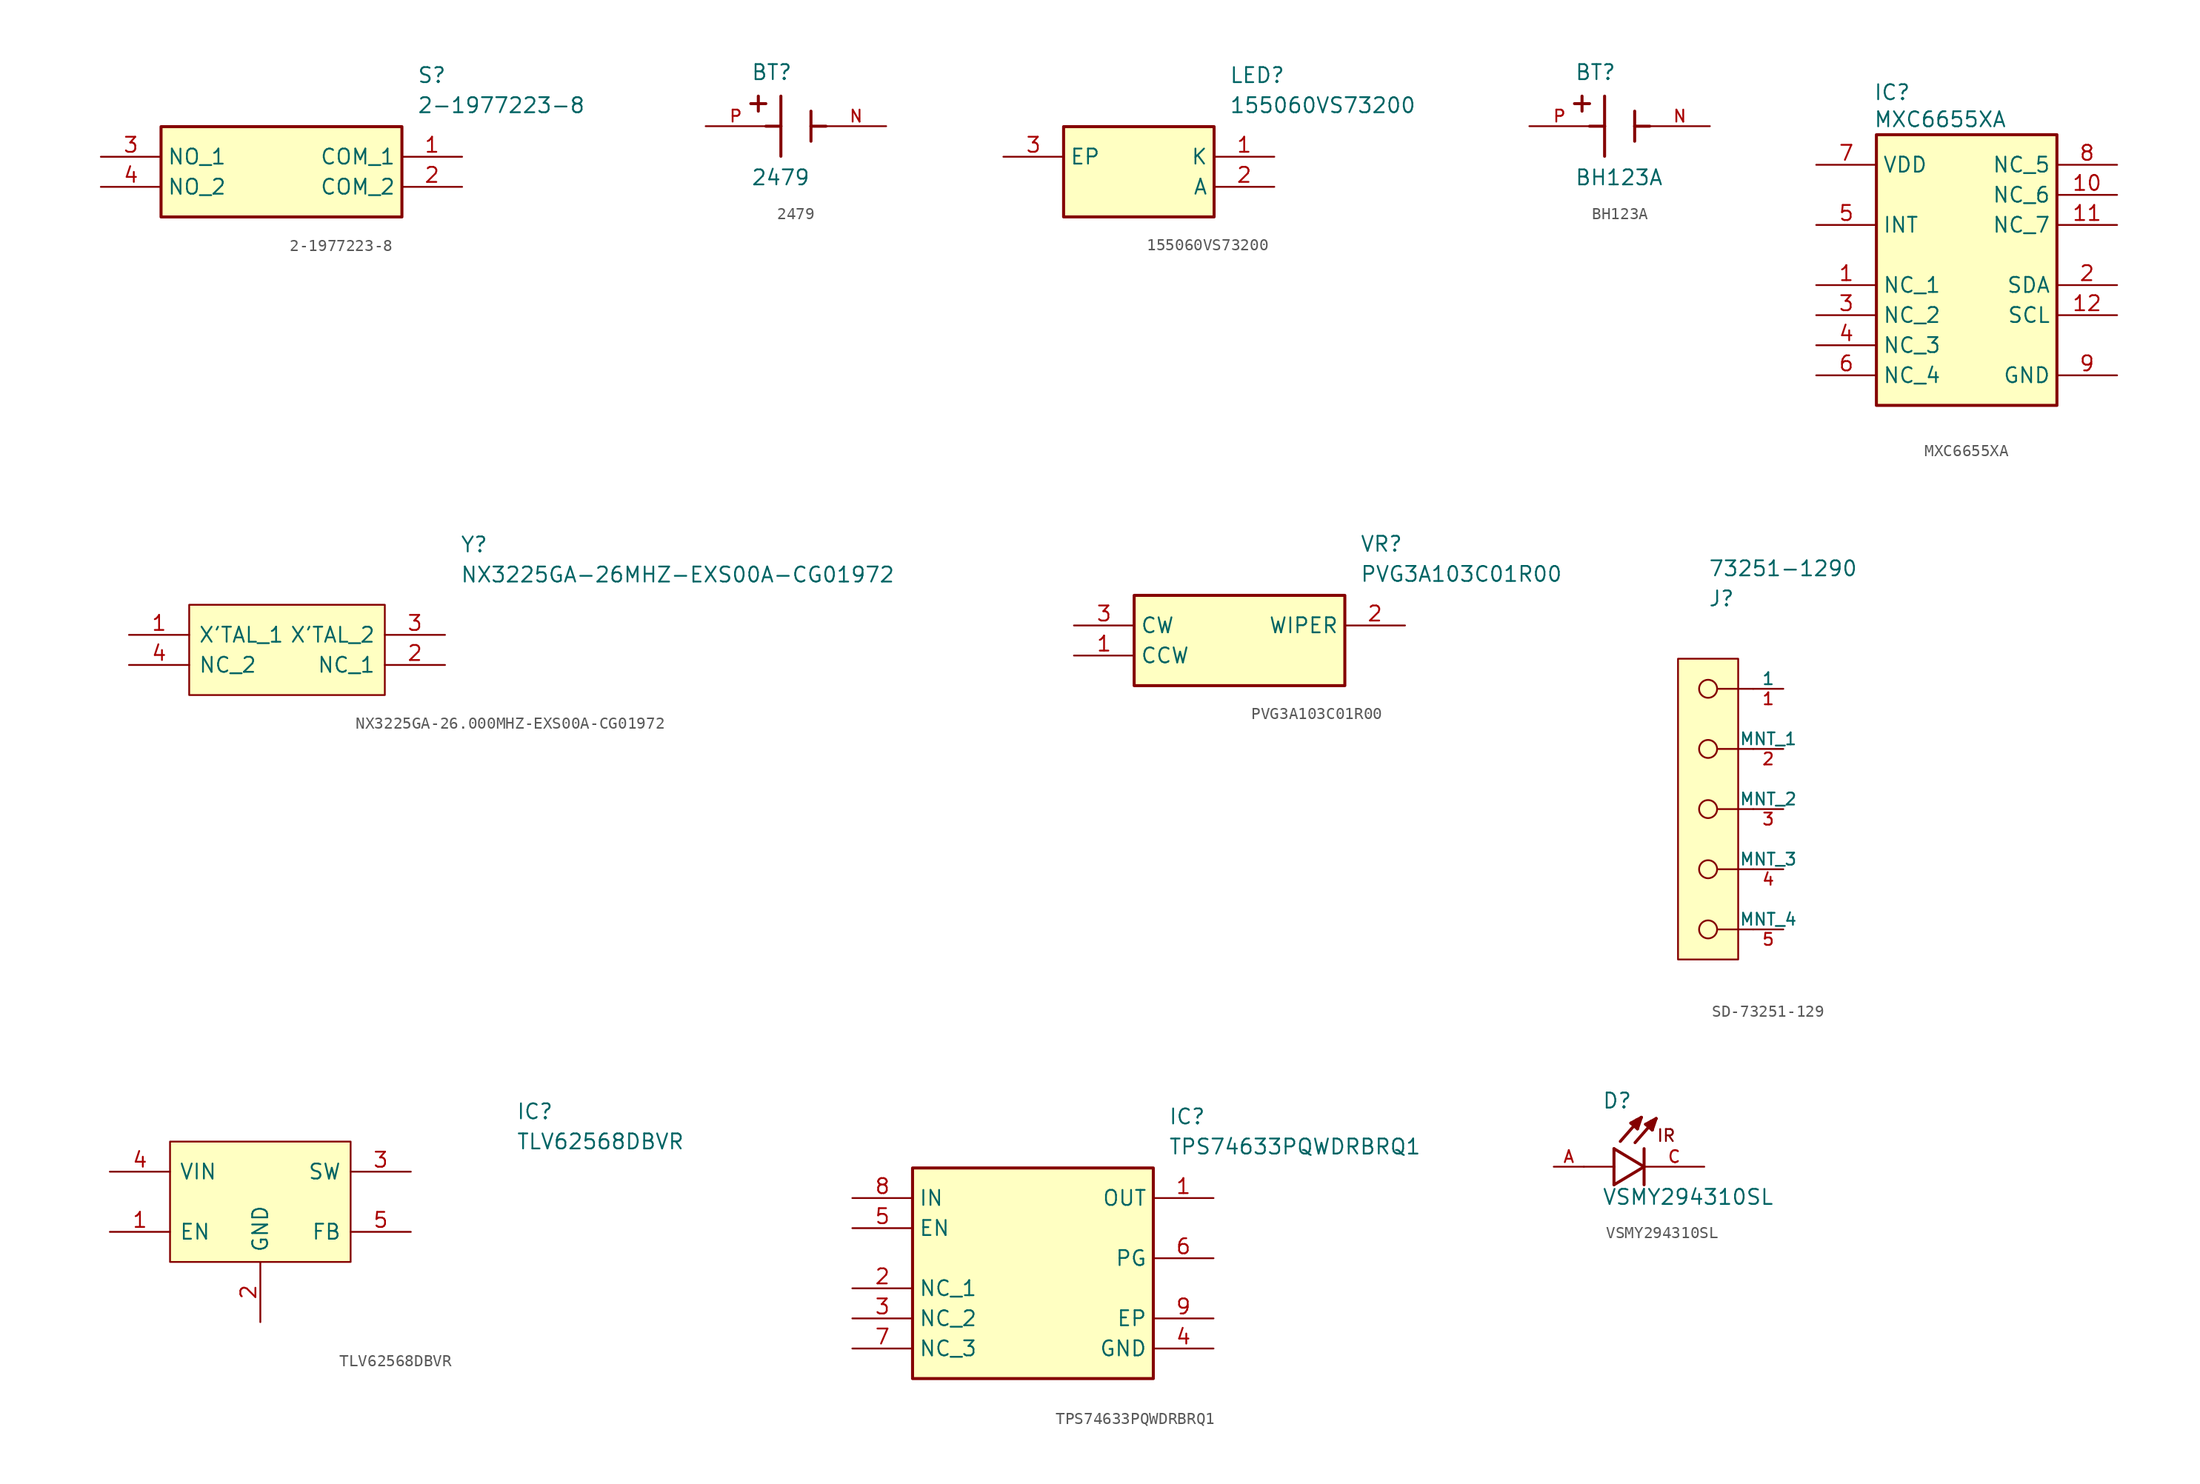
<source format=kicad_sym>
(kicad_symbol_lib
  (version 20241209)
  (generator "kicad_symbol_editor")
  (generator_version "9.0")
  (symbol "2-1977223-8"
    (property "Reference" "S"
      (at 26.67 7.62 0)
      (effects (font (size 1.27 1.27)) (justify left top)))
    (property "Value" "2-1977223-8"
      (at 26.67 5.08 0)
      (effects (font (size 1.27 1.27)) (justify left top)))
    (symbol "2-1977223-8_1_1"
      (rectangle (start 5.08 2.54) (end 25.4 -5.08) (stroke (width 0.254) (type default)) (fill (type background)))
      (pin passive line (at 0 0 0) (length 5.08) (name "NO_1" (effects (font (size 1.27 1.27)))) (number "3" (effects (font (size 1.27 1.27)))))
      (pin passive line (at 0 -2.54 0) (length 5.08) (name "NO_2" (effects (font (size 1.27 1.27)))) (number "4" (effects (font (size 1.27 1.27)))))
      (pin passive line (at 30.48 0 180) (length 5.08) (name "COM_1" (effects (font (size 1.27 1.27)))) (number "1" (effects (font (size 1.27 1.27)))))
      (pin passive line (at 30.48 -2.54 180) (length 5.08) (name "COM_2" (effects (font (size 1.27 1.27)))) (number "2" (effects (font (size 1.27 1.27)))))))
  (symbol "2479"
    (pin_names
      (offset 1.016))
    (property "Reference" "BT"
      (at -3.81 3.81 0)
      (effects (font (size 1.27 1.27)) (justify left bottom)))
    (property "Value" "2479"
      (at -3.81 -5.08 0)
      (effects (font (size 1.27 1.27)) (justify left bottom)))
    (symbol "2479_0_0"
      (polyline (pts (xy -3.81 1.905) (xy -2.54 1.905)) (stroke (width 0.254) (type default)) (fill (type none)))
      (polyline (pts (xy -3.175 2.54) (xy -3.175 1.27)) (stroke (width 0.254) (type default)) (fill (type none)))
      (polyline (pts (xy -1.27 2.54) (xy -1.27 0)) (stroke (width 0.254) (type default)) (fill (type none)))
      (polyline (pts (xy -1.27 0) (xy -2.54 0)) (stroke (width 0.254) (type default)) (fill (type none)))
      (polyline (pts (xy -1.27 0) (xy -1.27 -2.54)) (stroke (width 0.254) (type default)) (fill (type none)))
      (polyline (pts (xy 1.27 1.27) (xy 1.27 0)) (stroke (width 0.254) (type default)) (fill (type none)))
      (polyline (pts (xy 1.27 0) (xy 1.27 -1.27)) (stroke (width 0.254) (type default)) (fill (type none)))
      (polyline (pts (xy 1.27 0) (xy 2.54 0)) (stroke (width 0.254) (type default)) (fill (type none)))
      (pin passive line (at -7.62 0 0) (length 5.08) (name "~" (effects (font (size 1.016 1.016)))) (number "P" (effects (font (size 1.016 1.016)))))
      (pin passive line (at 7.62 0 180) (length 5.08) (name "~" (effects (font (size 1.016 1.016)))) (number "N" (effects (font (size 1.016 1.016)))))))
  (symbol "155060VS73200"
    (property "Reference" "LED"
      (at 19.05 7.62 0)
      (effects (font (size 1.27 1.27)) (justify left top)))
    (property "Value" "155060VS73200"
      (at 19.05 5.08 0)
      (effects (font (size 1.27 1.27)) (justify left top)))
    (symbol "155060VS73200_1_1"
      (rectangle (start 5.08 2.54) (end 17.78 -5.08) (stroke (width 0.254) (type default)) (fill (type background)))
      (pin passive line (at 0 0 0) (length 5.08) (name "EP" (effects (font (size 1.27 1.27)))) (number "3" (effects (font (size 1.27 1.27)))))
      (pin passive line (at 22.86 0 180) (length 5.08) (name "K" (effects (font (size 1.27 1.27)))) (number "1" (effects (font (size 1.27 1.27)))))
      (pin passive line (at 22.86 -2.54 180) (length 5.08) (name "A" (effects (font (size 1.27 1.27)))) (number "2" (effects (font (size 1.27 1.27)))))))
  (symbol "BH123A"
    (pin_names
      (offset 1.016))
    (property "Reference" "BT"
      (at -3.81 3.81 0)
      (effects (font (size 1.27 1.27)) (justify left bottom)))
    (property "Value" "BH123A"
      (at -3.81 -5.08 0)
      (effects (font (size 1.27 1.27)) (justify left bottom)))
    (symbol "BH123A_0_0"
      (polyline (pts (xy -3.81 1.905) (xy -2.54 1.905)) (stroke (width 0.254) (type default)) (fill (type none)))
      (polyline (pts (xy -3.175 2.54) (xy -3.175 1.27)) (stroke (width 0.254) (type default)) (fill (type none)))
      (polyline (pts (xy -1.27 2.54) (xy -1.27 0)) (stroke (width 0.254) (type default)) (fill (type none)))
      (polyline (pts (xy -1.27 0) (xy -2.54 0)) (stroke (width 0.254) (type default)) (fill (type none)))
      (polyline (pts (xy -1.27 0) (xy -1.27 -2.54)) (stroke (width 0.254) (type default)) (fill (type none)))
      (polyline (pts (xy 1.27 1.27) (xy 1.27 0)) (stroke (width 0.254) (type default)) (fill (type none)))
      (polyline (pts (xy 1.27 0) (xy 1.27 -1.27)) (stroke (width 0.254) (type default)) (fill (type none)))
      (polyline (pts (xy 1.27 0) (xy 2.54 0)) (stroke (width 0.254) (type default)) (fill (type none)))
      (pin passive line (at -7.62 0 0) (length 5.08) (name "~" (effects (font (size 1.016 1.016)))) (number "P" (effects (font (size 1.016 1.016)))))
      (pin passive line (at 7.62 0 180) (length 5.08) (name "~" (effects (font (size 1.016 1.016)))) (number "N" (effects (font (size 1.016 1.016)))))))
  (symbol "MXC6655XA"
    (property "Reference" "IC"
      (at 4.826 14.478 0)
      (effects (font (size 1.27 1.27)) (justify left top)))
    (property "Value" "MXC6655XA"
      (at 4.826 12.192 0)
      (effects (font (size 1.27 1.27)) (justify left top)))
    (symbol "MXC6655XA_1_1"
      (rectangle (start 5.08 10.16) (end 20.32 -12.7) (stroke (width 0.254) (type default)) (fill (type background)))
      (pin passive line (at 0 7.62 0) (length 5.08) (name "VDD" (effects (font (size 1.27 1.27)))) (number "7" (effects (font (size 1.27 1.27)))))
      (pin passive line (at 0 2.54 0) (length 5.08) (name "INT" (effects (font (size 1.27 1.27)))) (number "5" (effects (font (size 1.27 1.27)))))
      (pin passive line (at 0 -2.54 0) (length 5.08) (name "NC_1" (effects (font (size 1.27 1.27)))) (number "1" (effects (font (size 1.27 1.27)))))
      (pin passive line (at 0 -5.08 0) (length 5.08) (name "NC_2" (effects (font (size 1.27 1.27)))) (number "3" (effects (font (size 1.27 1.27)))))
      (pin passive line (at 0 -7.62 0) (length 5.08) (name "NC_3" (effects (font (size 1.27 1.27)))) (number "4" (effects (font (size 1.27 1.27)))))
      (pin passive line (at 0 -10.16 0) (length 5.08) (name "NC_4" (effects (font (size 1.27 1.27)))) (number "6" (effects (font (size 1.27 1.27)))))
      (pin passive line (at 25.4 7.62 180) (length 5.08) (name "NC_5" (effects (font (size 1.27 1.27)))) (number "8" (effects (font (size 1.27 1.27)))))
      (pin passive line (at 25.4 5.08 180) (length 5.08) (name "NC_6" (effects (font (size 1.27 1.27)))) (number "10" (effects (font (size 1.27 1.27)))))
      (pin passive line (at 25.4 2.54 180) (length 5.08) (name "NC_7" (effects (font (size 1.27 1.27)))) (number "11" (effects (font (size 1.27 1.27)))))
      (pin passive line (at 25.4 -2.54 180) (length 5.08) (name "SDA" (effects (font (size 1.27 1.27)))) (number "2" (effects (font (size 1.27 1.27)))))
      (pin passive line (at 25.4 -5.08 180) (length 5.08) (name "SCL" (effects (font (size 1.27 1.27)))) (number "12" (effects (font (size 1.27 1.27)))))
      (pin passive line (at 25.4 -10.16 180) (length 5.08) (name "GND" (effects (font (size 1.27 1.27)))) (number "9" (effects (font (size 1.27 1.27)))))))
  (symbol "NX3225GA-26.000MHZ-EXS00A-CG01972"
    (pin_names
      (offset 0.762))
    (property "Reference" "Y"
      (at 13.97 8.89 0)
      (effects (font (size 1.27 1.27)) (justify left)))
    (property "Value" "NX3225GA-26MHZ-EXS00A-CG01972"
      (at 13.97 6.35 0)
      (effects (font (size 1.27 1.27)) (justify left)))
    (symbol "NX3225GA-26.000MHZ-EXS00A-CG01972_0_0"
      (pin passive line (at -13.97 1.27 0) (length 5.08) (name "X'TAL_1" (effects (font (size 1.27 1.27)))) (number "1" (effects (font (size 1.27 1.27)))))
      (pin passive line (at -13.97 -1.27 0) (length 5.08) (name "NC_2" (effects (font (size 1.27 1.27)))) (number "4" (effects (font (size 1.27 1.27)))))
      (pin passive line (at 12.7 1.27 180) (length 5.08) (name "X'TAL_2" (effects (font (size 1.27 1.27)))) (number "3" (effects (font (size 1.27 1.27)))))
      (pin passive line (at 12.7 -1.27 180) (length 5.08) (name "NC_1" (effects (font (size 1.27 1.27)))) (number "2" (effects (font (size 1.27 1.27))))))
    (symbol "NX3225GA-26.000MHZ-EXS00A-CG01972_1_1"
      (polyline (pts (xy -8.89 3.81) (xy 7.62 3.81) (xy 7.62 -3.81) (xy -8.89 -3.81) (xy -8.89 3.81)) (stroke (width 0.152) (type solid)) (fill (type background)))))
  (symbol "PVG3A103C01R00"
    (property "Reference" "VR"
      (at 24.13 7.62 0)
      (effects (font (size 1.27 1.27)) (justify left top)))
    (property "Value" "PVG3A103C01R00"
      (at 24.13 5.08 0)
      (effects (font (size 1.27 1.27)) (justify left top)))
    (symbol "PVG3A103C01R00_1_1"
      (rectangle (start 5.08 2.54) (end 22.86 -5.08) (stroke (width 0.254) (type default)) (fill (type background)))
      (pin passive line (at 0 0 0) (length 5.08) (name "CW" (effects (font (size 1.27 1.27)))) (number "3" (effects (font (size 1.27 1.27)))))
      (pin passive line (at 0 -2.54 0) (length 5.08) (name "CCW" (effects (font (size 1.27 1.27)))) (number "1" (effects (font (size 1.27 1.27)))))
      (pin passive line (at 27.94 0 180) (length 5.08) (name "WIPER" (effects (font (size 1.27 1.27)))) (number "2" (effects (font (size 1.27 1.27)))))))
  (symbol "SD-73251-129"
    (pin_names
      (offset 0))
    (property "Reference" "J"
      (at 0 17.78 0)
      (effects (font (size 1.27 1.27)) (justify left)))
    (property "Value" "73251-1290"
      (at 0 20.32 0)
      (effects (font (size 1.27 1.27)) (justify left)))
    (symbol "SD-73251-129_1_1"
      (rectangle (start -2.54 12.7) (end 2.54 -12.7) (stroke (width 0) (type solid)) (fill (type background)))
      (circle (center 0 10.16) (radius 0.762) (stroke (width 0) (type solid)) (fill (type none)))
      (circle (center 0 5.08) (radius 0.762) (stroke (width 0) (type solid)) (fill (type none)))
      (circle (center 0 0) (radius 0.762) (stroke (width 0) (type solid)) (fill (type none)))
      (circle (center 0 -5.08) (radius 0.762) (stroke (width 0) (type solid)) (fill (type none)))
      (circle (center 0 -10.16) (radius 0.762) (stroke (width 0) (type solid)) (fill (type none)))
      (polyline (pts (xy 0.762 10.16) (xy 3.81 10.16)) (stroke (width 0) (type solid)) (fill (type none)))
      (polyline (pts (xy 0.762 5.08) (xy 3.81 5.08)) (stroke (width 0) (type solid)) (fill (type none)))
      (polyline (pts (xy 0.762 0) (xy 3.81 0)) (stroke (width 0) (type solid)) (fill (type none)))
      (polyline (pts (xy 0.762 -5.08) (xy 3.81 -5.08)) (stroke (width 0) (type solid)) (fill (type none)))
      (polyline (pts (xy 0.762 -10.16) (xy 3.81 -10.16)) (stroke (width 0) (type solid)) (fill (type none)))
      (pin unspecified line (at 6.35 10.16 180) (length 2.54) (name "1" (effects (font (size 1.016 1.016)))) (number "1" (effects (font (size 1.016 1.016)))))
      (pin unspecified line (at 6.35 5.08 180) (length 2.54) (name "MNT_1" (effects (font (size 1.016 1.016)))) (number "2" (effects (font (size 1.016 1.016)))))
      (pin unspecified line (at 6.35 0 180) (length 2.54) (name "MNT_2" (effects (font (size 1.016 1.016)))) (number "3" (effects (font (size 1.016 1.016)))))
      (pin unspecified line (at 6.35 -5.08 180) (length 2.54) (name "MNT_3" (effects (font (size 1.016 1.016)))) (number "4" (effects (font (size 1.016 1.016)))))
      (pin unspecified line (at 6.35 -10.16 180) (length 2.54) (name "MNT_4" (effects (font (size 1.016 1.016)))) (number "5" (effects (font (size 1.016 1.016)))))))
  (symbol "TLV62568DBVR"
    (pin_names
      (offset 0.762))
    (property "Reference" "IC"
      (at 21.59 7.62 0)
      (effects (font (size 1.27 1.27)) (justify left)))
    (property "Value" "TLV62568DBVR"
      (at 21.59 5.08 0)
      (effects (font (size 1.27 1.27)) (justify left)))
    (symbol "TLV62568DBVR_0_0"
      (pin passive line (at -12.7 2.54 0) (length 5.08) (name "VIN" (effects (font (size 1.27 1.27)))) (number "4" (effects (font (size 1.27 1.27)))))
      (pin passive line (at -12.7 -2.54 0) (length 5.08) (name "EN" (effects (font (size 1.27 1.27)))) (number "1" (effects (font (size 1.27 1.27)))))
      (pin passive line (at 0 -10.16 90) (length 5.08) (name "GND" (effects (font (size 1.27 1.27)))) (number "2" (effects (font (size 1.27 1.27)))))
      (pin passive line (at 12.7 2.54 180) (length 5.08) (name "SW" (effects (font (size 1.27 1.27)))) (number "3" (effects (font (size 1.27 1.27)))))
      (pin passive line (at 12.7 -2.54 180) (length 5.08) (name "FB" (effects (font (size 1.27 1.27)))) (number "5" (effects (font (size 1.27 1.27))))))
    (symbol "TLV62568DBVR_1_1"
      (polyline (pts (xy -7.62 5.08) (xy 7.62 5.08) (xy 7.62 -5.08) (xy -7.62 -5.08) (xy -7.62 5.08)) (stroke (width 0.152) (type solid)) (fill (type background)))))
  (symbol "TPS74633PQWDRBRQ1"
    (property "Reference" "IC"
      (at 26.67 7.62 0)
      (effects (font (size 1.27 1.27)) (justify left top)))
    (property "Value" "TPS74633PQWDRBRQ1"
      (at 26.67 5.08 0)
      (effects (font (size 1.27 1.27)) (justify left top)))
    (symbol "TPS74633PQWDRBRQ1_1_1"
      (rectangle (start 5.08 2.54) (end 25.4 -15.24) (stroke (width 0.254) (type default)) (fill (type background)))
      (pin passive line (at 0 0 0) (length 5.08) (name "IN" (effects (font (size 1.27 1.27)))) (number "8" (effects (font (size 1.27 1.27)))))
      (pin passive line (at 0 -2.54 0) (length 5.08) (name "EN" (effects (font (size 1.27 1.27)))) (number "5" (effects (font (size 1.27 1.27)))))
      (pin passive line (at 0 -7.62 0) (length 5.08) (name "NC_1" (effects (font (size 1.27 1.27)))) (number "2" (effects (font (size 1.27 1.27)))))
      (pin passive line (at 0 -10.16 0) (length 5.08) (name "NC_2" (effects (font (size 1.27 1.27)))) (number "3" (effects (font (size 1.27 1.27)))))
      (pin passive line (at 0 -12.7 0) (length 5.08) (name "NC_3" (effects (font (size 1.27 1.27)))) (number "7" (effects (font (size 1.27 1.27)))))
      (pin passive line (at 30.48 0 180) (length 5.08) (name "OUT" (effects (font (size 1.27 1.27)))) (number "1" (effects (font (size 1.27 1.27)))))
      (pin passive line (at 30.48 -5.08 180) (length 5.08) (name "PG" (effects (font (size 1.27 1.27)))) (number "6" (effects (font (size 1.27 1.27)))))
      (pin passive line (at 30.48 -10.16 180) (length 5.08) (name "EP" (effects (font (size 1.27 1.27)))) (number "9" (effects (font (size 1.27 1.27)))))
      (pin passive line (at 30.48 -12.7 180) (length 5.08) (name "GND" (effects (font (size 1.27 1.27)))) (number "4" (effects (font (size 1.27 1.27)))))))
  (symbol "VSMY294310SL"
    (pin_names
      (offset 1.016))
    (property "Reference" "D"
      (at -3.556 4.826 0)
      (effects (font (size 1.27 1.27)) (justify left bottom)))
    (property "Value" "VSMY294310SL"
      (at -3.556 -3.302 0)
      (effects (font (size 1.27 1.27)) (justify left bottom)))
    (symbol "VSMY294310SL_0_0"
      (polyline (pts (xy -2.54 1.524) (xy -2.54 0)) (stroke (width 0.254) (type default)) (fill (type none)))
      (polyline (pts (xy -2.54 0) (xy -5.08 0)) (stroke (width 0.152) (type default)) (fill (type none)))
      (polyline (pts (xy -2.54 0) (xy -2.54 -1.524)) (stroke (width 0.254) (type default)) (fill (type none)))
      (polyline (pts (xy -2.54 -1.524) (xy 0 0)) (stroke (width 0.254) (type default)) (fill (type none)))
      (polyline (pts (xy -1.118 3.683) (xy -0.229 4.166)) (stroke (width 0.254) (type default)) (fill (type none)))
      (polyline (pts (xy -0.94 3.607) (xy -0.711 3.759)) (stroke (width 0.254) (type default)) (fill (type none)))
      (polyline (pts (xy -0.559 3.2) (xy -1.118 3.683)) (stroke (width 0.254) (type default)) (fill (type none)))
      (polyline (pts (xy -0.559 3.2) (xy -0.533 3.937)) (stroke (width 0.254) (type default)) (fill (type none)))
      (polyline (pts (xy -0.533 3.937) (xy -0.66 3.937)) (stroke (width 0.254) (type default)) (fill (type none)))
      (polyline (pts (xy -0.229 4.166) (xy -2.007 2.134)) (stroke (width 0.254) (type default)) (fill (type none)))
      (polyline (pts (xy -0.229 4.166) (xy -0.559 3.2)) (stroke (width 0.254) (type default)) (fill (type none)))
      (polyline (pts (xy 0 1.524) (xy 0 -1.524)) (stroke (width 0.254) (type default)) (fill (type none)))
      (polyline (pts (xy 0 0) (xy -2.54 1.524)) (stroke (width 0.254) (type default)) (fill (type none)))
      (polyline (pts (xy 0.127 3.581) (xy 1.016 4.064)) (stroke (width 0.254) (type default)) (fill (type none)))
      (polyline (pts (xy 0.305 3.505) (xy 0.533 3.658)) (stroke (width 0.254) (type default)) (fill (type none)))
      (polyline (pts (xy 0.686 3.099) (xy 0.127 3.581)) (stroke (width 0.254) (type default)) (fill (type none)))
      (polyline (pts (xy 0.686 3.099) (xy 0.711 3.835)) (stroke (width 0.254) (type default)) (fill (type none)))
      (polyline (pts (xy 0.711 3.835) (xy 0.584 3.835)) (stroke (width 0.254) (type default)) (fill (type none)))
      (polyline (pts (xy 1.016 4.064) (xy -0.762 2.032)) (stroke (width 0.254) (type default)) (fill (type none)))
      (polyline (pts (xy 1.016 4.064) (xy 0.686 3.099)) (stroke (width 0.254) (type default)) (fill (type none)))
      (text "IR" (at 1.016 2.032 0) (effects (font (size 1.016 1.016)) (justify left bottom)))
      (pin passive line (at -7.62 0 0) (length 2.54) (name "~" (effects (font (size 1.016 1.016)))) (number "A" (effects (font (size 1.016 1.016)))))
      (pin passive line (at 5.08 0 180) (length 5.08) (name "~" (effects (font (size 1.016 1.016)))) (number "C" (effects (font (size 1.016 1.016))))))))
</source>
